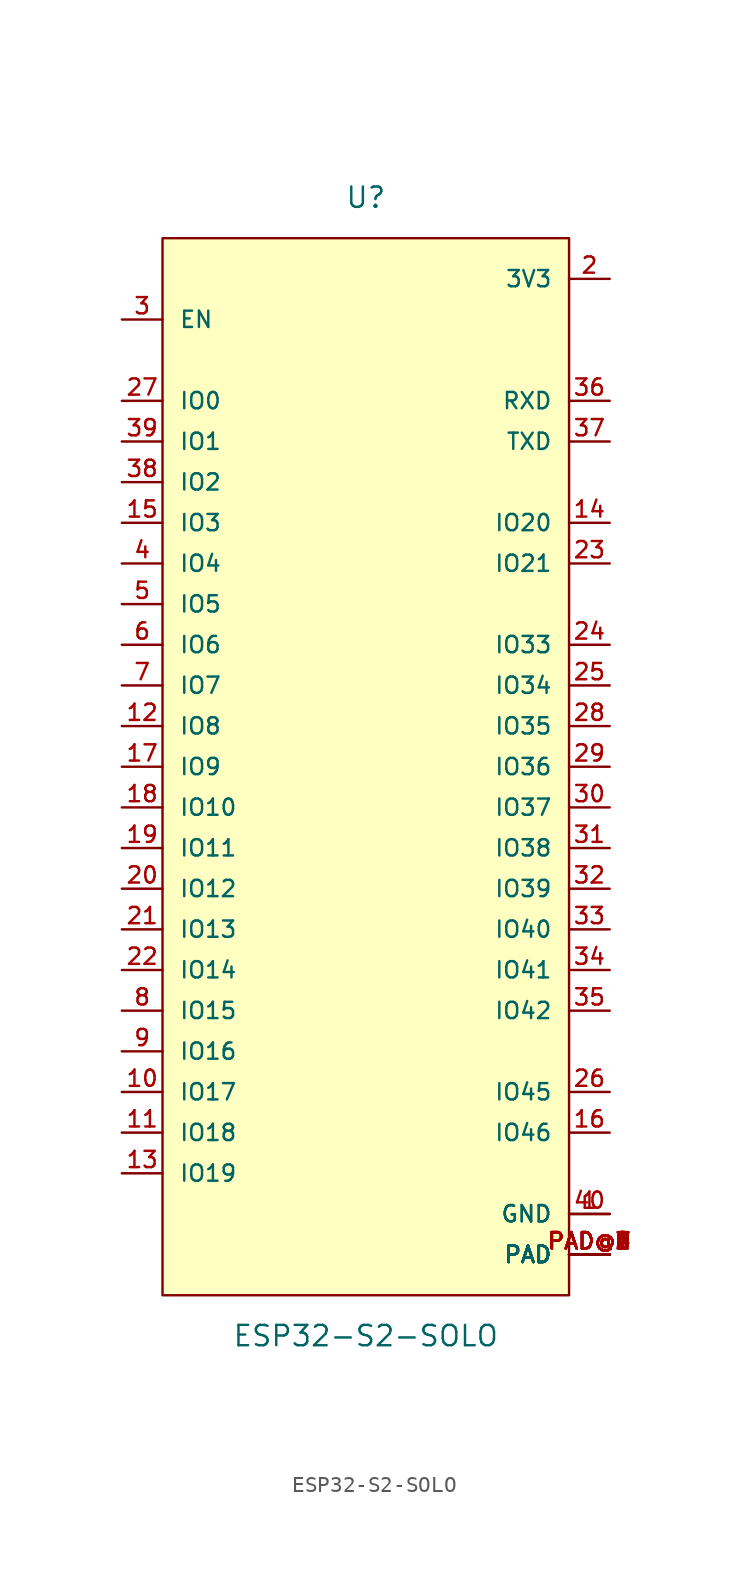
<source format=kicad_sym>
(kicad_symbol_lib
  (version 20211014)
  (generator kicad_symbol_editor)
  (symbol "ESP32-S2-SOLO"
    (pin_names
      (offset 1.016))
    (property "Reference" "U"
      (at 0.0 35.56 0)
      (effects (font (size 1.27 1.27))))
    (property "Value" "ESP32-S2-SOLO"
      (at 0.0 -35.56 0)
      (effects (font (size 1.27 1.27))))
    (symbol "ESP32-S2-SOLO_0_0"
      (rectangle (start -12.7 -33.02) (end 12.7 33.02) (stroke (width 0.15)) (fill (type background)))
      (pin bidirectional line (at -15.24 12.7 0) (length 2.54) (name "IO4" (effects (font (size 1.016 1.016)))) (number "4" (effects (font (size 1.016 1.016)))))
      (pin bidirectional line (at -15.24 10.16 0) (length 2.54) (name "IO5" (effects (font (size 1.016 1.016)))) (number "5" (effects (font (size 1.016 1.016)))))
      (pin bidirectional line (at -15.24 7.62 0) (length 2.54) (name "IO6" (effects (font (size 1.016 1.016)))) (number "6" (effects (font (size 1.016 1.016)))))
      (pin bidirectional line (at -15.24 5.08 0) (length 2.54) (name "IO7" (effects (font (size 1.016 1.016)))) (number "7" (effects (font (size 1.016 1.016)))))
      (pin bidirectional line (at -15.24 -15.24 0) (length 2.54) (name "IO15" (effects (font (size 1.016 1.016)))) (number "8" (effects (font (size 1.016 1.016)))))
      (pin bidirectional line (at -15.24 -20.32 0) (length 2.54) (name "IO17" (effects (font (size 1.016 1.016)))) (number "10" (effects (font (size 1.016 1.016)))))
      (pin bidirectional line (at -15.24 -17.78 0) (length 2.54) (name "IO16" (effects (font (size 1.016 1.016)))) (number "9" (effects (font (size 1.016 1.016)))))
      (pin bidirectional line (at -15.24 -22.86 0) (length 2.54) (name "IO18" (effects (font (size 1.016 1.016)))) (number "11" (effects (font (size 1.016 1.016)))))
      (pin bidirectional line (at -15.24 2.54 0) (length 2.54) (name "IO8" (effects (font (size 1.016 1.016)))) (number "12" (effects (font (size 1.016 1.016)))))
      (pin bidirectional line (at -15.24 -25.4 0) (length 2.54) (name "IO19" (effects (font (size 1.016 1.016)))) (number "13" (effects (font (size 1.016 1.016)))))
      (pin bidirectional line (at 15.24 15.24 180.0) (length 2.54) (name "IO20" (effects (font (size 1.016 1.016)))) (number "14" (effects (font (size 1.016 1.016)))))
      (pin bidirectional line (at -15.24 15.24 0) (length 2.54) (name "IO3" (effects (font (size 1.016 1.016)))) (number "15" (effects (font (size 1.016 1.016)))))
      (pin bidirectional line (at -15.24 0.0 0) (length 2.54) (name "IO9" (effects (font (size 1.016 1.016)))) (number "17" (effects (font (size 1.016 1.016)))))
      (pin bidirectional line (at -15.24 -2.54 0) (length 2.54) (name "IO10" (effects (font (size 1.016 1.016)))) (number "18" (effects (font (size 1.016 1.016)))))
      (pin bidirectional line (at -15.24 -5.08 0) (length 2.54) (name "IO11" (effects (font (size 1.016 1.016)))) (number "19" (effects (font (size 1.016 1.016)))))
      (pin bidirectional line (at -15.24 -7.62 0) (length 2.54) (name "IO12" (effects (font (size 1.016 1.016)))) (number "20" (effects (font (size 1.016 1.016)))))
      (pin bidirectional line (at -15.24 -10.16 0) (length 2.54) (name "IO13" (effects (font (size 1.016 1.016)))) (number "21" (effects (font (size 1.016 1.016)))))
      (pin bidirectional line (at -15.24 -12.7 0) (length 2.54) (name "IO14" (effects (font (size 1.016 1.016)))) (number "22" (effects (font (size 1.016 1.016)))))
      (pin bidirectional line (at 15.24 12.7 180.0) (length 2.54) (name "IO21" (effects (font (size 1.016 1.016)))) (number "23" (effects (font (size 1.016 1.016)))))
      (pin bidirectional line (at 15.24 7.62 180.0) (length 2.54) (name "IO33" (effects (font (size 1.016 1.016)))) (number "24" (effects (font (size 1.016 1.016)))))
      (pin bidirectional line (at 15.24 5.08 180.0) (length 2.54) (name "IO34" (effects (font (size 1.016 1.016)))) (number "25" (effects (font (size 1.016 1.016)))))
      (pin bidirectional line (at 15.24 -20.32 180.0) (length 2.54) (name "IO45" (effects (font (size 1.016 1.016)))) (number "26" (effects (font (size 1.016 1.016)))))
      (pin bidirectional line (at -15.24 22.86 0) (length 2.54) (name "IO0" (effects (font (size 1.016 1.016)))) (number "27" (effects (font (size 1.016 1.016)))))
      (pin bidirectional line (at 15.24 2.54 180.0) (length 2.54) (name "IO35" (effects (font (size 1.016 1.016)))) (number "28" (effects (font (size 1.016 1.016)))))
      (pin bidirectional line (at 15.24 0.0 180.0) (length 2.54) (name "IO36" (effects (font (size 1.016 1.016)))) (number "29" (effects (font (size 1.016 1.016)))))
      (pin bidirectional line (at 15.24 -2.54 180.0) (length 2.54) (name "IO37" (effects (font (size 1.016 1.016)))) (number "30" (effects (font (size 1.016 1.016)))))
      (pin bidirectional line (at 15.24 -5.08 180.0) (length 2.54) (name "IO38" (effects (font (size 1.016 1.016)))) (number "31" (effects (font (size 1.016 1.016)))))
      (pin bidirectional line (at 15.24 -7.62 180.0) (length 2.54) (name "IO39" (effects (font (size 1.016 1.016)))) (number "32" (effects (font (size 1.016 1.016)))))
      (pin bidirectional line (at 15.24 -10.16 180.0) (length 2.54) (name "IO40" (effects (font (size 1.016 1.016)))) (number "33" (effects (font (size 1.016 1.016)))))
      (pin bidirectional line (at 15.24 -12.7 180.0) (length 2.54) (name "IO41" (effects (font (size 1.016 1.016)))) (number "34" (effects (font (size 1.016 1.016)))))
      (pin bidirectional line (at 15.24 -15.24 180.0) (length 2.54) (name "IO42" (effects (font (size 1.016 1.016)))) (number "35" (effects (font (size 1.016 1.016)))))
      (pin bidirectional line (at 15.24 22.86 180.0) (length 2.54) (name "RXD" (effects (font (size 1.016 1.016)))) (number "36" (effects (font (size 1.016 1.016)))))
      (pin bidirectional line (at 15.24 20.32 180.0) (length 2.54) (name "TXD" (effects (font (size 1.016 1.016)))) (number "37" (effects (font (size 1.016 1.016)))))
      (pin input line (at -15.24 27.94 0) (length 2.54) (name "EN" (effects (font (size 1.016 1.016)))) (number "3" (effects (font (size 1.016 1.016)))))
      (pin input line (at 15.24 -22.86 180.0) (length 2.54) (name "IO46" (effects (font (size 1.016 1.016)))) (number "16" (effects (font (size 1.016 1.016)))))
      (pin power_in line (at 15.24 30.48 180.0) (length 2.54) (name "3V3" (effects (font (size 1.016 1.016)))) (number "2" (effects (font (size 1.016 1.016)))))
      (pin power_in line (at 15.24 -27.94 180.0) (length 2.54) (name "GND" (effects (font (size 1.016 1.016)))) (number "1" (effects (font (size 1.016 1.016)))))
      (pin power_in line (at 15.24 -27.94 180.0) (length 2.54) (name "GND" (effects (font (size 1.016 1.016)))) (number "40" (effects (font (size 1.016 1.016)))))
      (pin power_in line (at 15.24 -30.48 180.0) (length 2.54) (name "PAD" (effects (font (size 1.016 1.016)))) (number "PAD@1" (effects (font (size 1.016 1.016)))))
      (pin power_in line (at 15.24 -30.48 180.0) (length 2.54) (name "PAD" (effects (font (size 1.016 1.016)))) (number "PAD@2" (effects (font (size 1.016 1.016)))))
      (pin power_in line (at 15.24 -30.48 180.0) (length 2.54) (name "PAD" (effects (font (size 1.016 1.016)))) (number "PAD@3" (effects (font (size 1.016 1.016)))))
      (pin power_in line (at 15.24 -30.48 180.0) (length 2.54) (name "PAD" (effects (font (size 1.016 1.016)))) (number "PAD@4" (effects (font (size 1.016 1.016)))))
      (pin power_in line (at 15.24 -30.48 180.0) (length 2.54) (name "PAD" (effects (font (size 1.016 1.016)))) (number "PAD@5" (effects (font (size 1.016 1.016)))))
      (pin power_in line (at 15.24 -30.48 180.0) (length 2.54) (name "PAD" (effects (font (size 1.016 1.016)))) (number "PAD@6" (effects (font (size 1.016 1.016)))))
      (pin power_in line (at 15.24 -30.48 180.0) (length 2.54) (name "PAD" (effects (font (size 1.016 1.016)))) (number "PAD@7" (effects (font (size 1.016 1.016)))))
      (pin power_in line (at 15.24 -30.48 180.0) (length 2.54) (name "PAD" (effects (font (size 1.016 1.016)))) (number "PAD@8" (effects (font (size 1.016 1.016)))))
      (pin power_in line (at 15.24 -30.48 180.0) (length 2.54) (name "PAD" (effects (font (size 1.016 1.016)))) (number "PAD@9" (effects (font (size 1.016 1.016)))))
      (pin bidirectional line (at -15.24 17.78 0) (length 2.54) (name "IO2" (effects (font (size 1.016 1.016)))) (number "38" (effects (font (size 1.016 1.016)))))
      (pin bidirectional line (at -15.24 20.32 0) (length 2.54) (name "IO1" (effects (font (size 1.016 1.016)))) (number "39" (effects (font (size 1.016 1.016))))))))
</source>
